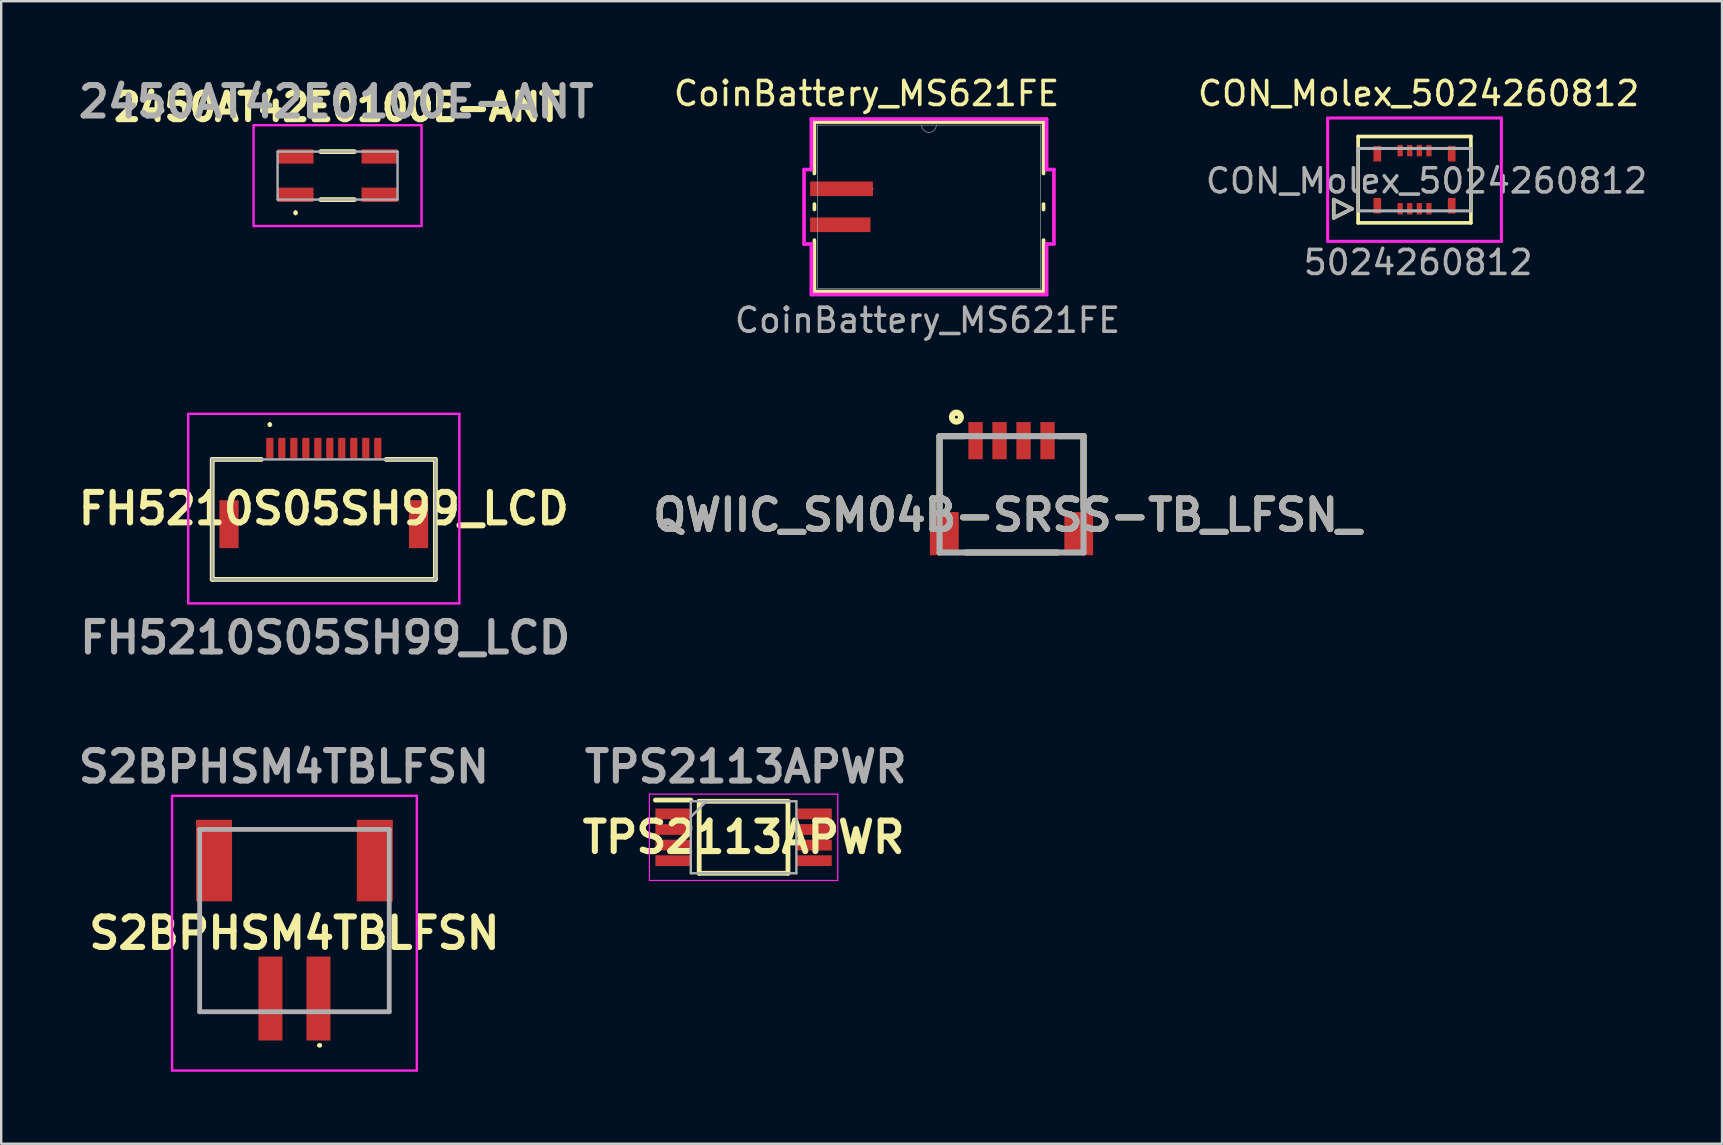
<source format=kicad_pcb>
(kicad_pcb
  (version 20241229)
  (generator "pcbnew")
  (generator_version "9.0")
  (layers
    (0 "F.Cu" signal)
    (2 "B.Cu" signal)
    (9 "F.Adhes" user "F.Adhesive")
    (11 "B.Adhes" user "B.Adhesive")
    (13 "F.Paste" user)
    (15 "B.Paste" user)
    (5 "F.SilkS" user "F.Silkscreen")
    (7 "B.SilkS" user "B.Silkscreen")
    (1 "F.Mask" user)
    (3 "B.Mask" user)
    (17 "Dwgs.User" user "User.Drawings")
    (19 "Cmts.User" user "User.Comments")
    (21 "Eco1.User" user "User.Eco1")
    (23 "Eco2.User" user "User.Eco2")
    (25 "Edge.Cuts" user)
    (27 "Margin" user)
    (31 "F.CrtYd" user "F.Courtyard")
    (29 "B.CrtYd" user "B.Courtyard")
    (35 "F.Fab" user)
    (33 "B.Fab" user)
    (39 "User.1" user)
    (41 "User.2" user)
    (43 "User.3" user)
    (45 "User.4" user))
  (footprint "S2BPHSM4TBLFSN"
    (layer "F.Cu")
    (at 9.221 35.314)
    (property "Reference" "S2BPHSM4TBLFSN" (at 0 0.525 0) (layer "F.SilkS") (effects (font (size 1.27 1.27) (thickness 0.254))))
    (attr smd)
    (fp_line (start -3.95 3.8) (end -3.95 -0.4) (stroke (width 0.1) (type solid)) (layer "F.SilkS"))
    (fp_line (start -2 3.8) (end -3.95 3.8) (stroke (width 0.1) (type solid)) (layer "F.SilkS"))
    (fp_line (start 1 5.2) (end 1 5.2) (stroke (width 0.1) (type solid)) (layer "F.SilkS"))
    (fp_line (start 1.1 5.2) (end 1.1 5.2) (stroke (width 0.1) (type solid)) (layer "F.SilkS"))
    (fp_line (start 2.2 -3.8) (end -2 -3.8) (stroke (width 0.1) (type solid)) (layer "F.SilkS"))
    (fp_line (start 3.95 -0.4) (end 3.95 3.8) (stroke (width 0.1) (type solid)) (layer "F.SilkS"))
    (fp_line (start 3.95 3.8) (end 2 3.8) (stroke (width 0.1) (type solid)) (layer "F.SilkS"))
    (fp_arc (start 1 5.2) (mid 1.05 5.15) (end 1.1 5.2) (stroke (width 0.1) (type solid)) (layer "F.SilkS"))
    (fp_arc (start 1.1 5.2) (mid 1.05 5.25) (end 1 5.2) (stroke (width 0.1) (type solid)) (layer "F.SilkS"))
    (fp_line (start -5.1 -5.2) (end -5.1 6.25) (stroke (width 0.1) (type solid)) (layer "F.CrtYd"))
    (fp_line (start -5.1 6.25) (end 5.1 6.25) (stroke (width 0.1) (type solid)) (layer "F.CrtYd"))
    (fp_line (start 5.1 -5.2) (end -5.1 -5.2) (stroke (width 0.1) (type solid)) (layer "F.CrtYd"))
    (fp_line (start 5.1 6.25) (end 5.1 -5.2) (stroke (width 0.1) (type solid)) (layer "F.CrtYd"))
    (fp_line (start -3.95 -3.8) (end -3.95 3.8) (stroke (width 0.2) (type solid)) (layer "F.Fab"))
    (fp_line (start -3.95 3.8) (end 3.95 3.8) (stroke (width 0.2) (type solid)) (layer "F.Fab"))
    (fp_line (start 3.95 -3.8) (end -3.95 -3.8) (stroke (width 0.2) (type solid)) (layer "F.Fab"))
    (fp_line (start 3.95 3.8) (end 3.95 -3.8) (stroke (width 0.2) (type solid)) (layer "F.Fab"))
    (fp_text user "${REFERENCE}" (at -0.44 -6.41 0) (layer "F.Fab") (effects (font (size 1.27 1.27) (thickness 0.254))))
    (pad "1" smd rect (at 1 3.25) (size 1 3.5) (layers "F.Cu" "F.Mask" "F.Paste"))
    (pad "2" smd rect (at -1 3.25) (size 1 3.5) (layers "F.Cu" "F.Mask" "F.Paste"))
    (pad "MP1" smd rect (at 3.35 -2.5) (size 1.5 3.4) (layers "F.Cu" "F.Mask" "F.Paste"))
    (pad "MP2" smd rect (at -3.35 -2.5) (size 1.5 3.4) (layers "F.Cu" "F.Mask" "F.Paste")))
  (footprint "FH5210S05SH99_LCD"
    (layer "F.Cu")
    (at 10.444 18.596)
    (property "Reference" "FH5210S05SH99_LCD" (at 0 -0.45 0) (layer "F.SilkS") (effects (font (size 1.27 1.27) (thickness 0.254))))
    (attr smd)
    (fp_line (start -4.65 -2.5) (end -4.65 2.5) (stroke (width 0.2) (type solid)) (layer "F.SilkS"))
    (fp_line (start -4.65 2.5) (end 4.65 2.5) (stroke (width 0.2) (type solid)) (layer "F.SilkS"))
    (fp_line (start -2.6 -2.5) (end -4.65 -2.5) (stroke (width 0.2) (type solid)) (layer "F.SilkS"))
    (fp_line (start -2.25 -4) (end -2.25 -4) (stroke (width 0.1) (type solid)) (layer "F.SilkS"))
    (fp_line (start -2.25 -3.9) (end -2.25 -3.9) (stroke (width 0.1) (type solid)) (layer "F.SilkS"))
    (fp_line (start 4.65 -2.5) (end 2.6 -2.5) (stroke (width 0.2) (type solid)) (layer "F.SilkS"))
    (fp_line (start 4.65 2.5) (end 4.65 -2.5) (stroke (width 0.2) (type solid)) (layer "F.SilkS"))
    (fp_arc (start -2.25 -4) (mid -2.2 -3.95) (end -2.25 -3.9) (stroke (width 0.1) (type solid)) (layer "F.SilkS"))
    (fp_arc (start -2.25 -3.9) (mid -2.3 -3.95) (end -2.25 -4) (stroke (width 0.1) (type solid)) (layer "F.SilkS"))
    (fp_line (start -5.65 -4.4) (end 5.65 -4.4) (stroke (width 0.1) (type solid)) (layer "F.CrtYd"))
    (fp_line (start -5.65 3.5) (end -5.65 -4.4) (stroke (width 0.1) (type solid)) (layer "F.CrtYd"))
    (fp_line (start 5.65 -4.4) (end 5.65 3.5) (stroke (width 0.1) (type solid)) (layer "F.CrtYd"))
    (fp_line (start 5.65 3.5) (end -5.65 3.5) (stroke (width 0.1) (type solid)) (layer "F.CrtYd"))
    (fp_line (start -4.65 -2.5) (end -4.65 2.5) (stroke (width 0.1) (type solid)) (layer "F.Fab"))
    (fp_line (start -4.65 2.5) (end 4.65 2.5) (stroke (width 0.1) (type solid)) (layer "F.Fab"))
    (fp_line (start 4.65 -2.5) (end -4.65 -2.5) (stroke (width 0.1) (type solid)) (layer "F.Fab"))
    (fp_line (start 4.65 2.5) (end 4.65 -2.5) (stroke (width 0.1) (type solid)) (layer "F.Fab"))
    (fp_text user "${REFERENCE}" (at 0.06 4.93 0) (layer "F.Fab") (effects (font (size 1.27 1.27) (thickness 0.254))))
    (pad "1" smd rect (at -2.25 -2.975) (size 0.3 0.85) (layers "F.Cu" "F.Mask" "F.Paste"))
    (pad "2" smd rect (at -1.75 -2.975) (size 0.3 0.85) (layers "F.Cu" "F.Mask" "F.Paste"))
    (pad "3" smd rect (at -1.25 -2.975) (size 0.3 0.85) (layers "F.Cu" "F.Mask" "F.Paste"))
    (pad "4" smd rect (at -0.75 -2.975) (size 0.3 0.85) (layers "F.Cu" "F.Mask" "F.Paste"))
    (pad "5" smd rect (at -0.25 -2.975) (size 0.3 0.85) (layers "F.Cu" "F.Mask" "F.Paste"))
    (pad "6" smd rect (at 0.25 -2.975) (size 0.3 0.85) (layers "F.Cu" "F.Mask" "F.Paste"))
    (pad "7" smd rect (at 0.75 -2.975) (size 0.3 0.85) (layers "F.Cu" "F.Mask" "F.Paste"))
    (pad "8" smd rect (at 1.25 -2.975) (size 0.3 0.85) (layers "F.Cu" "F.Mask" "F.Paste"))
    (pad "9" smd rect (at 1.75 -2.975) (size 0.3 0.85) (layers "F.Cu" "F.Mask" "F.Paste"))
    (pad "10" smd rect (at 2.25 -2.975) (size 0.3 0.85) (layers "F.Cu" "F.Mask" "F.Paste"))
    (pad "MP1" smd rect (at -3.95 0.2) (size 0.8 2) (layers "F.Cu" "F.Mask" "F.Paste"))
    (pad "MP2" smd rect (at 3.95 0.2) (size 0.8 2) (layers "F.Cu" "F.Mask" "F.Paste")))
  (footprint "CON_Molex_5024260812"
    (layer "F.Cu")
    (at 55.9 4.438)
    (property "Reference" "CON_Molex_5024260812" (at 0.17 -3.59 0) (unlocked yes) (layer "F.SilkS") (effects (font (size 1 1) (thickness 0.15))))
    (attr smd)
    (fp_line (start -3.366 0.832) (end -2.604 1.212) (stroke (width 0.152) (type solid)) (layer "F.SilkS"))
    (fp_line (start -3.366 1.593) (end -3.366 0.832) (stroke (width 0.152) (type solid)) (layer "F.SilkS"))
    (fp_line (start -2.604 1.212) (end -3.366 1.593) (stroke (width 0.152) (type solid)) (layer "F.SilkS"))
    (fp_line (start -2.35 -1.8) (end 2.35 -1.8) (stroke (width 0.152) (type solid)) (layer "F.SilkS"))
    (fp_line (start -2.35 1.8) (end -2.35 -1.8) (stroke (width 0.152) (type solid)) (layer "F.SilkS"))
    (fp_line (start -2.35 1.8) (end 2.35 1.8) (stroke (width 0.152) (type solid)) (layer "F.SilkS"))
    (fp_line (start 2.35 1.8) (end 2.35 -1.8) (stroke (width 0.152) (type solid)) (layer "F.SilkS"))
    (fp_line (start -3.62 -2.57) (end -3.62 2.57) (stroke (width 0.127) (type solid)) (layer "F.CrtYd"))
    (fp_line (start -3.62 2.57) (end 3.62 2.57) (stroke (width 0.127) (type solid)) (layer "F.CrtYd"))
    (fp_line (start 3.62 -2.57) (end -3.62 -2.57) (stroke (width 0.127) (type solid)) (layer "F.CrtYd"))
    (fp_line (start 3.62 2.57) (end 3.62 -2.57) (stroke (width 0.127) (type solid)) (layer "F.CrtYd"))
    (fp_line (start -3.366 0.832) (end -2.604 1.212) (stroke (width 0.127) (type solid)) (layer "F.Fab"))
    (fp_line (start -3.366 1.593) (end -3.366 0.832) (stroke (width 0.127) (type solid)) (layer "F.Fab"))
    (fp_line (start -2.604 1.212) (end -3.366 1.593) (stroke (width 0.127) (type solid)) (layer "F.Fab"))
    (fp_line (start -2.35 -1.3) (end 2.35 -1.3) (stroke (width 0.127) (type solid)) (layer "F.Fab"))
    (fp_line (start -2.35 1.3) (end -2.35 -1.3) (stroke (width 0.127) (type solid)) (layer "F.Fab"))
    (fp_line (start 2.35 -1.3) (end 2.35 1.3) (stroke (width 0.127) (type solid)) (layer "F.Fab"))
    (fp_line (start 2.35 1.3) (end -2.35 1.3) (stroke (width 0.127) (type solid)) (layer "F.Fab"))
    (fp_text user "5024260812" (at 0.15 3.45 0) (unlocked yes) (layer "F.Fab") (effects (font (size 1 1) (thickness 0.15))))
    (fp_text user "${REFERENCE}" (at 0.5 0.05 0) (unlocked yes) (layer "F.Fab") (effects (font (size 1 1) (thickness 0.15))))
    (pad "1" smd rect (at -0.6 1.212) (size 0.22 0.475) (layers "F.Cu" "F.Mask" "F.Paste"))
    (pad "2" smd rect (at -0.2 1.212) (size 0.22 0.475) (layers "F.Cu" "F.Mask" "F.Paste"))
    (pad "3" smd rect (at 0.2 1.212) (size 0.22 0.475) (layers "F.Cu" "F.Mask" "F.Paste"))
    (pad "4" smd rect (at 0.6 1.212) (size 0.22 0.475) (layers "F.Cu" "F.Mask" "F.Paste"))
    (pad "5" smd rect (at -0.6 -1.212) (size 0.22 0.475) (layers "F.Cu" "F.Mask" "F.Paste"))
    (pad "6" smd rect (at -0.2 -1.212) (size 0.22 0.475) (layers "F.Cu" "F.Mask" "F.Paste"))
    (pad "7" smd rect (at 0.2 -1.212) (size 0.22 0.475) (layers "F.Cu" "F.Mask" "F.Paste"))
    (pad "8" smd rect (at 0.6 -1.212) (size 0.22 0.475) (layers "F.Cu" "F.Mask" "F.Paste"))
    (pad "P1" smd rect (at -1.55 -1.085) (size 0.32 0.65) (layers "F.Cu" "F.Mask" "F.Paste"))
    (pad "P2" smd rect (at 1.55 -1.085) (size 0.32 0.65) (layers "F.Cu" "F.Mask" "F.Paste"))
    (pad "P3" smd rect (at -1.55 1.085) (size 0.32 0.65) (layers "F.Cu" "F.Mask" "F.Paste"))
    (pad "P4" smd rect (at 1.55 1.085) (size 0.32 0.65) (layers "F.Cu" "F.Mask" "F.Paste")))
  (footprint "QWIIC_SM04B-SRSS-TB_LFSN_"
    (layer "F.Cu")
    (at 36.106 19.976)
    (property "Reference" "QWIIC_SM04B-SRSS-TB_LFSN_" (at 2.822 -1.556 0) (layer "F.SilkS") (effects (font (size 1.27 1.27) (thickness 0.254))))
    (attr smd)
    (fp_line (start 0 -4.85) (end 0 -1.87) (stroke (width 0.254) (type solid)) (layer "F.SilkS"))
    (fp_line (start 0 -4.85) (end 1.029 -4.85) (stroke (width 0.254) (type solid)) (layer "F.SilkS"))
    (fp_line (start 1.094 0) (end 4.903 0) (stroke (width 0.254) (type solid)) (layer "F.SilkS"))
    (fp_line (start 6 -4.85) (end 4.937 -4.85) (stroke (width 0.254) (type solid)) (layer "F.SilkS"))
    (fp_line (start 6 -4.85) (end 6 -1.87) (stroke (width 0.254) (type solid)) (layer "F.SilkS"))
    (fp_circle (center 0.702 -5.642) (end 0.702 -5.582) (stroke (width 0.254) (type solid)) (fill no) (layer "F.SilkS"))
    (fp_line (start 0 -4.85) (end 6 -4.85) (stroke (width 0.254) (type solid)) (layer "F.Fab"))
    (fp_line (start 0 0) (end 0 -4.85) (stroke (width 0.254) (type solid)) (layer "F.Fab"))
    (fp_line (start 6 -4.85) (end 6 0) (stroke (width 0.254) (type solid)) (layer "F.Fab"))
    (fp_line (start 6 0) (end 0 0) (stroke (width 0.254) (type solid)) (layer "F.Fab"))
    (fp_text user "${REFERENCE}" (at 2.822 -1.556 0) (layer "F.Fab") (effects (font (size 1.27 1.27) (thickness 0.254))))
    (pad "1" smd rect (at 1.5 -4.661) (size 0.6 1.55) (layers "F.Cu" "F.Mask" "F.Paste"))
    (pad "2" smd rect (at 2.5 -4.661) (size 0.6 1.55) (layers "F.Cu" "F.Mask" "F.Paste"))
    (pad "3" smd rect (at 3.5 -4.661) (size 0.6 1.55) (layers "F.Cu" "F.Mask" "F.Paste"))
    (pad "4" smd rect (at 4.5 -4.661) (size 0.6 1.55) (layers "F.Cu" "F.Mask" "F.Paste"))
    (pad "5" smd rect (at 0.2 -0.786) (size 1.2 1.8) (layers "F.Cu" "F.Mask" "F.Paste"))
    (pad "6" smd rect (at 5.8 -0.786) (size 1.2 1.8) (layers "F.Cu" "F.Mask" "F.Paste")))
  (footprint "TPS2113APWR"
    (layer "F.Cu")
    (at 27.939 31.844)
    (property "Reference" "TPS2113APWR" (at 0 0 0) (layer "F.SilkS") (effects (font (size 1.27 1.27) (thickness 0.254))))
    (attr smd)
    (fp_line (start -3.675 -1.55) (end -2.2 -1.55) (stroke (width 0.2) (type solid)) (layer "F.SilkS"))
    (fp_line (start -1.85 -1.5) (end 1.85 -1.5) (stroke (width 0.2) (type solid)) (layer "F.SilkS"))
    (fp_line (start -1.85 1.5) (end -1.85 -1.5) (stroke (width 0.2) (type solid)) (layer "F.SilkS"))
    (fp_line (start 1.85 -1.5) (end 1.85 1.5) (stroke (width 0.2) (type solid)) (layer "F.SilkS"))
    (fp_line (start 1.85 1.5) (end -1.85 1.5) (stroke (width 0.2) (type solid)) (layer "F.SilkS"))
    (fp_line (start -3.925 -1.8) (end 3.925 -1.8) (stroke (width 0.05) (type solid)) (layer "F.CrtYd"))
    (fp_line (start -3.925 1.8) (end -3.925 -1.8) (stroke (width 0.05) (type solid)) (layer "F.CrtYd"))
    (fp_line (start 3.925 -1.8) (end 3.925 1.8) (stroke (width 0.05) (type solid)) (layer "F.CrtYd"))
    (fp_line (start 3.925 1.8) (end -3.925 1.8) (stroke (width 0.05) (type solid)) (layer "F.CrtYd"))
    (fp_line (start -2.2 -1.5) (end 2.2 -1.5) (stroke (width 0.1) (type solid)) (layer "F.Fab"))
    (fp_line (start -2.2 -0.85) (end -1.55 -1.5) (stroke (width 0.1) (type solid)) (layer "F.Fab"))
    (fp_line (start -2.2 1.5) (end -2.2 -1.5) (stroke (width 0.1) (type solid)) (layer "F.Fab"))
    (fp_line (start 2.2 -1.5) (end 2.2 1.5) (stroke (width 0.1) (type solid)) (layer "F.Fab"))
    (fp_line (start 2.2 1.5) (end -2.2 1.5) (stroke (width 0.1) (type solid)) (layer "F.Fab"))
    (fp_text user "${REFERENCE}" (at 0.09 -2.94 0) (layer "F.Fab") (effects (font (size 1.27 1.27) (thickness 0.254))))
    (pad "1" smd rect (at -2.938 -0.975 90) (size 0.45 1.475) (layers "F.Cu" "F.Mask" "F.Paste"))
    (pad "2" smd rect (at -2.938 -0.325 90) (size 0.45 1.475) (layers "F.Cu" "F.Mask" "F.Paste"))
    (pad "3" smd rect (at -2.938 0.325 90) (size 0.45 1.475) (layers "F.Cu" "F.Mask" "F.Paste"))
    (pad "4" smd rect (at -2.938 0.975 90) (size 0.45 1.475) (layers "F.Cu" "F.Mask" "F.Paste"))
    (pad "5" smd rect (at 2.938 0.975 90) (size 0.45 1.475) (layers "F.Cu" "F.Mask" "F.Paste"))
    (pad "6" smd rect (at 2.938 0.325 90) (size 0.45 1.475) (layers "F.Cu" "F.Mask" "F.Paste"))
    (pad "7" smd rect (at 2.938 -0.325 90) (size 0.45 1.475) (layers "F.Cu" "F.Mask" "F.Paste"))
    (pad "8" smd rect (at 2.938 -0.975 90) (size 0.45 1.475) (layers "F.Cu" "F.Mask" "F.Paste")))
  (footprint "CoinBattery_MS621FE"
    (layer "F.Cu")
    (at 35.665 5.568)
    (property "Reference" "CoinBattery_MS621FE" (at -2.6 -4.72 0) (unlocked yes) (layer "F.SilkS") (effects (font (size 1 1) (thickness 0.15))))
    (attr smd)
    (fp_line (start -4.775 -3.531) (end -4.775 -1.388) (stroke (width 0.152) (type solid)) (layer "F.SilkS"))
    (fp_line (start -4.775 -0.112) (end -4.775 0.112) (stroke (width 0.152) (type solid)) (layer "F.SilkS"))
    (fp_line (start -4.775 1.388) (end -4.775 3.531) (stroke (width 0.152) (type solid)) (layer "F.SilkS"))
    (fp_line (start -4.775 3.531) (end 4.775 3.531) (stroke (width 0.152) (type solid)) (layer "F.SilkS"))
    (fp_line (start 4.775 -3.531) (end -4.775 -3.531) (stroke (width 0.152) (type solid)) (layer "F.SilkS"))
    (fp_line (start 4.775 -1.388) (end 4.775 -3.531) (stroke (width 0.152) (type solid)) (layer "F.SilkS"))
    (fp_line (start 4.775 0.112) (end 4.775 -0.112) (stroke (width 0.152) (type solid)) (layer "F.SilkS"))
    (fp_line (start 4.775 3.531) (end 4.775 1.388) (stroke (width 0.152) (type solid)) (layer "F.SilkS"))
    (fp_line (start -5.207 -1.551) (end -4.902 -1.551) (stroke (width 0.152) (type solid)) (layer "F.CrtYd"))
    (fp_line (start -5.207 1.551) (end -5.207 -1.551) (stroke (width 0.152) (type solid)) (layer "F.CrtYd"))
    (fp_line (start -5.207 1.551) (end -4.902 1.551) (stroke (width 0.152) (type solid)) (layer "F.CrtYd"))
    (fp_line (start -4.902 -3.658) (end 4.902 -3.658) (stroke (width 0.152) (type solid)) (layer "F.CrtYd"))
    (fp_line (start -4.902 -1.551) (end -4.902 -3.658) (stroke (width 0.152) (type solid)) (layer "F.CrtYd"))
    (fp_line (start -4.902 3.658) (end -4.902 1.551) (stroke (width 0.152) (type solid)) (layer "F.CrtYd"))
    (fp_line (start 4.902 -3.658) (end 4.902 -1.551) (stroke (width 0.152) (type solid)) (layer "F.CrtYd"))
    (fp_line (start 4.902 1.551) (end 4.902 3.658) (stroke (width 0.152) (type solid)) (layer "F.CrtYd"))
    (fp_line (start 4.902 3.658) (end -4.902 3.658) (stroke (width 0.152) (type solid)) (layer "F.CrtYd"))
    (fp_line (start 5.207 -1.551) (end 4.902 -1.551) (stroke (width 0.152) (type solid)) (layer "F.CrtYd"))
    (fp_line (start 5.207 -1.551) (end 5.207 1.551) (stroke (width 0.152) (type solid)) (layer "F.CrtYd"))
    (fp_line (start 5.207 1.551) (end 4.902 1.551) (stroke (width 0.152) (type solid)) (layer "F.CrtYd"))
    (fp_line (start -4.648 -3.404) (end -4.648 3.404) (stroke (width 0.025) (type solid)) (layer "F.Fab"))
    (fp_line (start -4.648 3.404) (end 4.648 3.404) (stroke (width 0.025) (type solid)) (layer "F.Fab"))
    (fp_line (start 4.648 -3.404) (end -4.648 -3.404) (stroke (width 0.025) (type solid)) (layer "F.Fab"))
    (fp_line (start 4.648 3.404) (end 4.648 -3.404) (stroke (width 0.025) (type solid)) (layer "F.Fab"))
    (fp_arc (start 0.3048 -3.4036) (mid 0 -3.0988) (end -0.3048 -3.4036) (stroke (width 0.0254) (type solid)) (layer "F.Fab"))
    (fp_circle (center -2.337 -0.75) (end -2.337 -0.75) (stroke (width 0.025) (type solid)) (fill no) (layer "F.Fab"))
    (fp_text user "${REFERENCE}" (at -0.06 4.73 0) (unlocked yes) (layer "F.Fab") (effects (font (size 1 1) (thickness 0.15))))
    (pad "1" smd rect (at -3.645 -0.75) (size 2.616 0.61) (layers "F.Cu" "F.Mask" "F.Paste"))
    (pad "2" smd rect (at -3.696 0.75) (size 2.515 0.61) (layers "F.Cu" "F.Mask" "F.Paste")))
  (footprint "2450AT42E0100E-ANT"
    (layer "F.Cu")
    (at 11.018 4.269)
    (property "Reference" "2450AT42E0100E-ANT" (at -0.01 -2.85 0) (layer "F.SilkS") (effects (font (size 1.1 1.1) (thickness 0.254))))
    (attr smd)
    (fp_line (start -1.75 1.5) (end -1.75 1.5) (stroke (width 0.1) (type solid)) (layer "F.SilkS"))
    (fp_line (start -1.75 1.6) (end -1.75 1.6) (stroke (width 0.1) (type solid)) (layer "F.SilkS"))
    (fp_line (start -0.7 -1) (end 0.7 -1) (stroke (width 0.2) (type solid)) (layer "F.SilkS"))
    (fp_line (start -0.7 1) (end 0.7 1) (stroke (width 0.2) (type solid)) (layer "F.SilkS"))
    (fp_arc (start -1.75 1.5) (mid -1.7 1.55) (end -1.75 1.6) (stroke (width 0.1) (type solid)) (layer "F.SilkS"))
    (fp_arc (start -1.75 1.6) (mid -1.8 1.55) (end -1.75 1.5) (stroke (width 0.1) (type solid)) (layer "F.SilkS"))
    (fp_line (start -3.5 -2.1) (end 3.5 -2.1) (stroke (width 0.1) (type solid)) (layer "F.CrtYd"))
    (fp_line (start -3.5 2.1) (end -3.5 -2.1) (stroke (width 0.1) (type solid)) (layer "F.CrtYd"))
    (fp_line (start 3.5 -2.1) (end 3.5 2.1) (stroke (width 0.1) (type solid)) (layer "F.CrtYd"))
    (fp_line (start 3.5 2.1) (end -3.5 2.1) (stroke (width 0.1) (type solid)) (layer "F.CrtYd"))
    (fp_line (start -2.5 -1) (end 2.5 -1) (stroke (width 0.1) (type solid)) (layer "F.Fab"))
    (fp_line (start -2.5 1) (end -2.5 -1) (stroke (width 0.1) (type solid)) (layer "F.Fab"))
    (fp_line (start 2.5 -1) (end 2.5 1) (stroke (width 0.1) (type solid)) (layer "F.Fab"))
    (fp_line (start 2.5 1) (end -2.5 1) (stroke (width 0.1) (type solid)) (layer "F.Fab"))
    (fp_text user "${REFERENCE}" (at -0.06 -3.08 0) (layer "F.Fab") (effects (font (size 1.27 1.27) (thickness 0.254))))
    (pad "1" smd rect (at -1.75 0.8 90) (size 0.6 1.5) (layers "F.Cu" "F.Mask" "F.Paste"))
    (pad "2" smd rect (at 1.75 0.8 90) (size 0.6 1.5) (layers "F.Cu" "F.Mask" "F.Paste"))
    (pad "3" smd rect (at 1.75 -0.8 90) (size 0.6 1.5) (layers "F.Cu" "F.Mask" "F.Paste"))
    (pad "4" smd rect (at -1.75 -0.8 90) (size 0.6 1.5) (layers "F.Cu" "F.Mask" "F.Paste")))
  (gr_rect
    (start -3 -3)
    (end 68.715 44.614)
    (stroke (width 0.1) (type default))
    (fill no)
    (layer "Edge.Cuts")))
</source>
